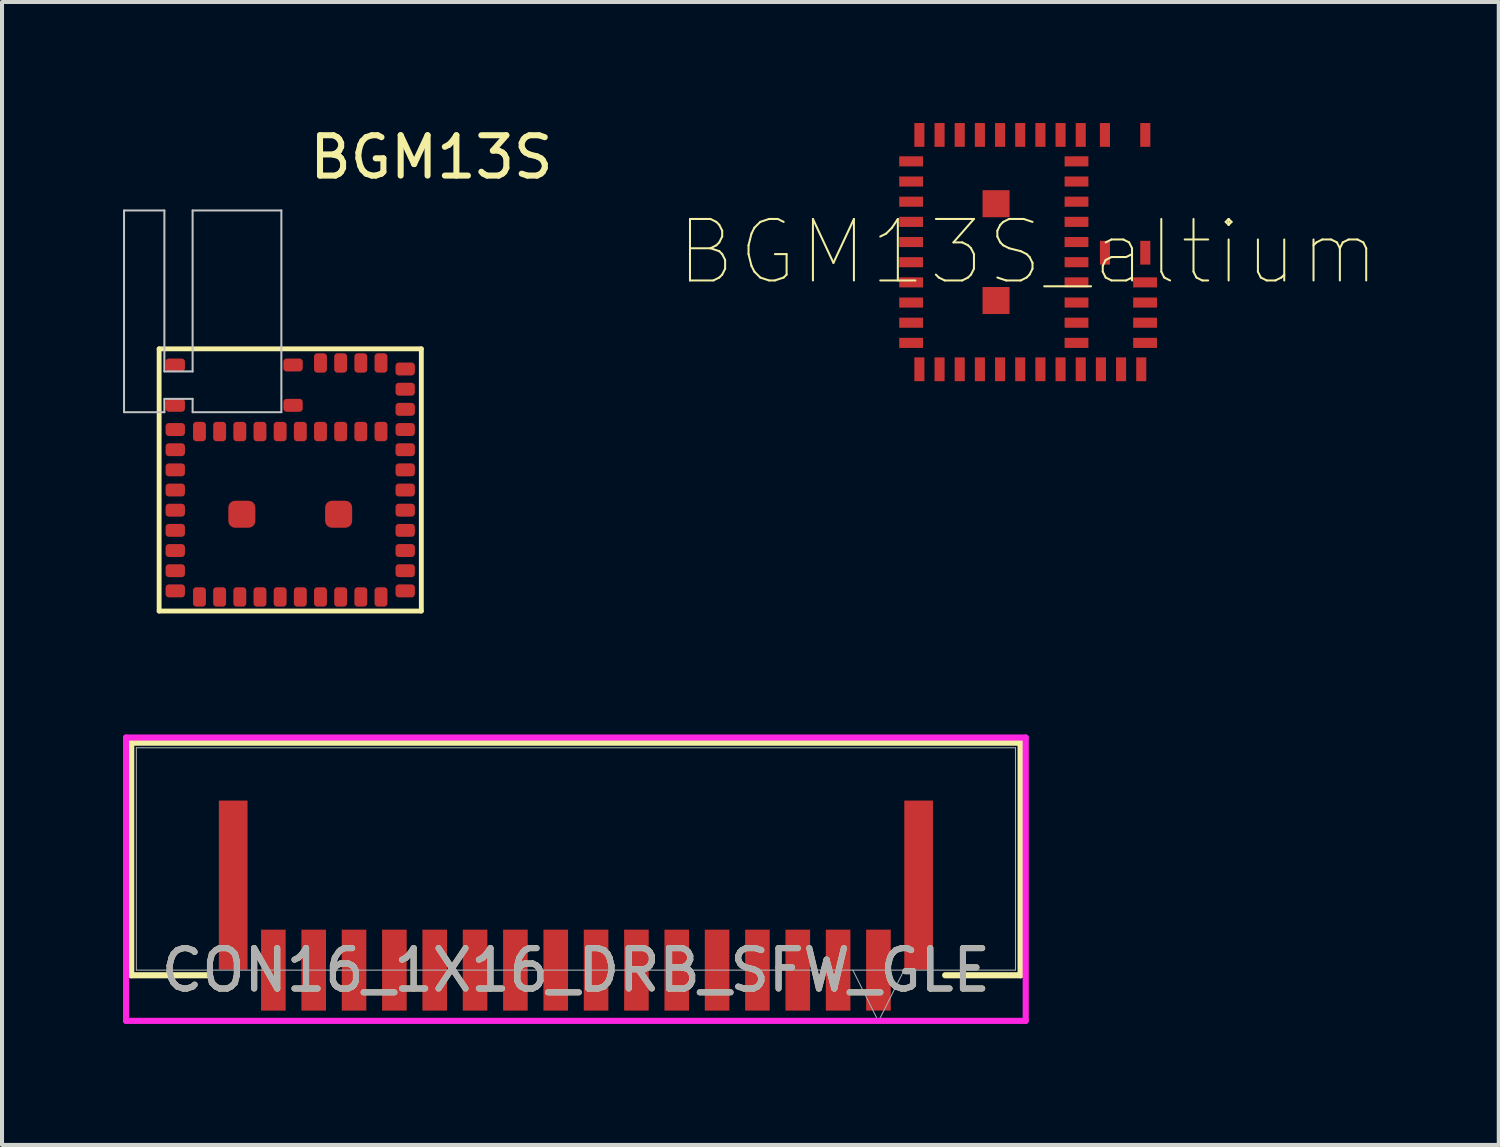
<source format=kicad_pcb>
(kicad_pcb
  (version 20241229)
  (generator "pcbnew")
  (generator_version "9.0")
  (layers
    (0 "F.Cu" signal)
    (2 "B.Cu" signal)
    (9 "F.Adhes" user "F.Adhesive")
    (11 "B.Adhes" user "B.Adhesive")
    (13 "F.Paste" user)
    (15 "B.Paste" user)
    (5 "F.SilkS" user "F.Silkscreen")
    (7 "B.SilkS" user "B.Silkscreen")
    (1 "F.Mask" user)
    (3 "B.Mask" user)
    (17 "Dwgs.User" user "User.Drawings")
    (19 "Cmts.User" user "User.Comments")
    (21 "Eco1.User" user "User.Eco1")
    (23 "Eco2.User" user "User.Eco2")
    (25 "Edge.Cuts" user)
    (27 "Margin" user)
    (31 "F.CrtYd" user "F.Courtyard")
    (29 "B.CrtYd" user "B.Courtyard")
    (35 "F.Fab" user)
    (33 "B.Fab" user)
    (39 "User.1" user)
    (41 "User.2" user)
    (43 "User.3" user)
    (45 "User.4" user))
  (footprint "CON16_1X16_DRB_SFW_GLE"
    (layer "F.Cu")
    (at 11.227 18.244)
    (property "Reference" "CON16_1X16_DRB_SFW_GLE" (at 0 2.756 0) (unlocked yes) (layer "F.SilkS") (effects (font (size 1 1) (thickness 0.15))))
    (attr smd)
    (fp_line (start -11.024 -2.883) (end -11.024 2.883) (stroke (width 0.152) (type solid)) (layer "F.SilkS"))
    (fp_line (start -11.024 2.883) (end -9.154 2.883) (stroke (width 0.152) (type solid)) (layer "F.SilkS"))
    (fp_line (start 9.154 2.883) (end 11.024 2.883) (stroke (width 0.152) (type solid)) (layer "F.SilkS"))
    (fp_line (start 11.024 -2.883) (end -11.024 -2.883) (stroke (width 0.152) (type solid)) (layer "F.SilkS"))
    (fp_line (start 11.024 2.883) (end 11.024 -2.883) (stroke (width 0.152) (type solid)) (layer "F.SilkS"))
    (fp_line (start -11.151 -3.01) (end -11.151 4.013) (stroke (width 0.152) (type solid)) (layer "F.CrtYd"))
    (fp_line (start -11.151 4.013) (end 11.151 4.013) (stroke (width 0.152) (type solid)) (layer "F.CrtYd"))
    (fp_line (start 11.151 -3.01) (end -11.151 -3.01) (stroke (width 0.152) (type solid)) (layer "F.CrtYd"))
    (fp_line (start 11.151 4.013) (end 11.151 -3.01) (stroke (width 0.152) (type solid)) (layer "F.CrtYd"))
    (fp_line (start -10.897 -2.756) (end -10.897 2.756) (stroke (width 0.025) (type solid)) (layer "F.Fab"))
    (fp_line (start -10.897 2.756) (end 10.897 2.756) (stroke (width 0.025) (type solid)) (layer "F.Fab"))
    (fp_line (start 6.865 2.756) (end 7.5 4.026) (stroke (width 0.025) (type solid)) (layer "F.Fab"))
    (fp_line (start 8.135 2.756) (end 7.5 4.026) (stroke (width 0.025) (type solid)) (layer "F.Fab"))
    (fp_line (start 10.897 -2.756) (end -10.897 -2.756) (stroke (width 0.025) (type solid)) (layer "F.Fab"))
    (fp_line (start 10.897 2.756) (end 10.897 -2.756) (stroke (width 0.025) (type solid)) (layer "F.Fab"))
    (fp_text user "${REFERENCE}" (at 0 2.756 0) (unlocked yes) (layer "F.Fab") (effects (font (size 1 1) (thickness 0.15))))
    (pad "1" smd rect (at 7.5 2.756) (size 0.61 2.007) (layers "F.Cu" "F.Mask" "F.Paste"))
    (pad "2" smd rect (at 6.5 2.756) (size 0.61 2.007) (layers "F.Cu" "F.Mask" "F.Paste"))
    (pad "3" smd rect (at 5.5 2.756) (size 0.61 2.007) (layers "F.Cu" "F.Mask" "F.Paste"))
    (pad "4" smd rect (at 4.5 2.756) (size 0.61 2.007) (layers "F.Cu" "F.Mask" "F.Paste"))
    (pad "5" smd rect (at 3.5 2.756) (size 0.61 2.007) (layers "F.Cu" "F.Mask" "F.Paste"))
    (pad "6" smd rect (at 2.5 2.756) (size 0.61 2.007) (layers "F.Cu" "F.Mask" "F.Paste"))
    (pad "7" smd rect (at 1.5 2.756) (size 0.61 2.007) (layers "F.Cu" "F.Mask" "F.Paste"))
    (pad "8" smd rect (at 0.5 2.756) (size 0.61 2.007) (layers "F.Cu" "F.Mask" "F.Paste"))
    (pad "9" smd rect (at -0.5 2.756) (size 0.61 2.007) (layers "F.Cu" "F.Mask" "F.Paste"))
    (pad "10" smd rect (at -1.5 2.756) (size 0.61 2.007) (layers "F.Cu" "F.Mask" "F.Paste"))
    (pad "11" smd rect (at -2.5 2.756) (size 0.61 2.007) (layers "F.Cu" "F.Mask" "F.Paste"))
    (pad "12" smd rect (at -3.5 2.756) (size 0.61 2.007) (layers "F.Cu" "F.Mask" "F.Paste"))
    (pad "13" smd rect (at -4.5 2.756) (size 0.61 2.007) (layers "F.Cu" "F.Mask" "F.Paste"))
    (pad "14" smd rect (at -5.5 2.756) (size 0.61 2.007) (layers "F.Cu" "F.Mask" "F.Paste"))
    (pad "15" smd rect (at -6.5 2.756) (size 0.61 2.007) (layers "F.Cu" "F.Mask" "F.Paste"))
    (pad "16" smd rect (at -7.5 2.756) (size 0.61 2.007) (layers "F.Cu" "F.Mask" "F.Paste"))
    (pad "17" smd rect (at -8.496 0.648) (size 0.711 4.191) (layers "F.Cu" "F.Mask" "F.Paste"))
    (pad "18" smd rect (at 8.496 0.648) (size 0.711 4.191) (layers "F.Cu" "F.Mask" "F.Paste")))
  (footprint "BGM13S_altium"
    (layer "F.Cu")
    (at 22.437 3.2)
    (property "Reference" "BGM13S_altium" (at 0 0 0) (layer "F.SilkS") (effects (font (size 1.524 1.524) (thickness 0.05))))
    (attr smd)
    (pad "1" smd rect (at 1.305 -2.905 270) (size 0.59 0.25) (layers "F.Cu" "F.Mask" "F.Paste"))
    (pad "2" smd rect (at 0.805 -2.905 270) (size 0.59 0.25) (layers "F.Cu" "F.Mask" "F.Paste"))
    (pad "3" smd rect (at 0.305 -2.905 270) (size 0.59 0.25) (layers "F.Cu" "F.Mask" "F.Paste"))
    (pad "4" smd rect (at -0.195 -2.905 270) (size 0.59 0.25) (layers "F.Cu" "F.Mask" "F.Paste"))
    (pad "5" smd rect (at -0.695 -2.905 270) (size 0.59 0.25) (layers "F.Cu" "F.Mask" "F.Paste"))
    (pad "6" smd rect (at -1.195 -2.905 270) (size 0.59 0.25) (layers "F.Cu" "F.Mask" "F.Paste"))
    (pad "7" smd rect (at -1.695 -2.905 270) (size 0.59 0.25) (layers "F.Cu" "F.Mask" "F.Paste"))
    (pad "8" smd rect (at -2.195 -2.905 270) (size 0.59 0.25) (layers "F.Cu" "F.Mask" "F.Paste"))
    (pad "9" smd rect (at -2.695 -2.905 270) (size 0.59 0.25) (layers "F.Cu" "F.Mask" "F.Paste"))
    (pad "10" smd rect (at -2.9 -2.25) (size 0.59 0.25) (layers "F.Cu" "F.Mask" "F.Paste"))
    (pad "11" smd rect (at -2.9 -1.75) (size 0.59 0.25) (layers "F.Cu" "F.Mask" "F.Paste"))
    (pad "12" smd rect (at -2.9 -1.25) (size 0.59 0.25) (layers "F.Cu" "F.Mask" "F.Paste"))
    (pad "13" smd rect (at -2.9 -0.75) (size 0.59 0.25) (layers "F.Cu" "F.Mask" "F.Paste"))
    (pad "14" smd rect (at -2.9 -0.25) (size 0.59 0.25) (layers "F.Cu" "F.Mask" "F.Paste"))
    (pad "15" smd rect (at -2.9 0.25) (size 0.59 0.25) (layers "F.Cu" "F.Mask" "F.Paste"))
    (pad "16" smd rect (at -2.9 0.75) (size 0.59 0.25) (layers "F.Cu" "F.Mask" "F.Paste"))
    (pad "17" smd rect (at -2.9 1.25) (size 0.59 0.25) (layers "F.Cu" "F.Mask" "F.Paste"))
    (pad "18" smd rect (at -2.9 1.75) (size 0.59 0.25) (layers "F.Cu" "F.Mask" "F.Paste"))
    (pad "19" smd rect (at -2.9 2.25) (size 0.59 0.25) (layers "F.Cu" "F.Mask" "F.Paste"))
    (pad "20" smd rect (at -2.695 2.905 270) (size 0.59 0.25) (layers "F.Cu" "F.Mask" "F.Paste"))
    (pad "21" smd rect (at -2.195 2.905 270) (size 0.59 0.25) (layers "F.Cu" "F.Mask" "F.Paste"))
    (pad "22" smd rect (at -1.695 2.905 270) (size 0.59 0.25) (layers "F.Cu" "F.Mask" "F.Paste"))
    (pad "23" smd rect (at -1.195 2.905 270) (size 0.59 0.25) (layers "F.Cu" "F.Mask" "F.Paste"))
    (pad "24" smd rect (at -0.695 2.905 270) (size 0.59 0.25) (layers "F.Cu" "F.Mask" "F.Paste"))
    (pad "25" smd rect (at -0.195 2.905 270) (size 0.59 0.25) (layers "F.Cu" "F.Mask" "F.Paste"))
    (pad "26" smd rect (at 0.305 2.905 270) (size 0.59 0.25) (layers "F.Cu" "F.Mask" "F.Paste"))
    (pad "27" smd rect (at 0.805 2.905 270) (size 0.59 0.25) (layers "F.Cu" "F.Mask" "F.Paste"))
    (pad "28" smd rect (at 1.305 2.905 270) (size 0.59 0.25) (layers "F.Cu" "F.Mask" "F.Paste"))
    (pad "29" smd rect (at 1.805 2.905 270) (size 0.59 0.25) (layers "F.Cu" "F.Mask" "F.Paste"))
    (pad "30" smd rect (at 2.305 2.905 270) (size 0.59 0.25) (layers "F.Cu" "F.Mask" "F.Paste"))
    (pad "31" smd rect (at 2.805 2.905 270) (size 0.59 0.25) (layers "F.Cu" "F.Mask" "F.Paste"))
    (pad "32" smd rect (at 2.9 2.25) (size 0.59 0.25) (layers "F.Cu" "F.Mask" "F.Paste"))
    (pad "33" smd rect (at 2.9 1.75) (size 0.59 0.25) (layers "F.Cu" "F.Mask" "F.Paste"))
    (pad "34" smd rect (at 2.9 1.25) (size 0.59 0.25) (layers "F.Cu" "F.Mask" "F.Paste"))
    (pad "35" smd rect (at 2.9 0.75) (size 0.59 0.25) (layers "F.Cu" "F.Mask" "F.Paste"))
    (pad "36" smd rect (at 1.2 2.25) (size 0.59 0.25) (layers "F.Cu" "F.Mask" "F.Paste"))
    (pad "37" smd rect (at 1.2 1.75) (size 0.59 0.25) (layers "F.Cu" "F.Mask" "F.Paste"))
    (pad "38" smd rect (at 1.2 1.25) (size 0.59 0.25) (layers "F.Cu" "F.Mask" "F.Paste"))
    (pad "39" smd rect (at 1.2 0.75) (size 0.59 0.25) (layers "F.Cu" "F.Mask" "F.Paste"))
    (pad "40" smd rect (at 1.2 0.25) (size 0.59 0.25) (layers "F.Cu" "F.Mask" "F.Paste"))
    (pad "41" smd rect (at 1.2 -0.25) (size 0.59 0.25) (layers "F.Cu" "F.Mask" "F.Paste"))
    (pad "42" smd rect (at 1.2 -0.75) (size 0.59 0.25) (layers "F.Cu" "F.Mask" "F.Paste"))
    (pad "43" smd rect (at 1.2 -1.25) (size 0.59 0.25) (layers "F.Cu" "F.Mask" "F.Paste"))
    (pad "44" smd rect (at 1.2 -1.75) (size 0.59 0.25) (layers "F.Cu" "F.Mask" "F.Paste"))
    (pad "45" smd rect (at 1.2 -2.25) (size 0.59 0.25) (layers "F.Cu" "F.Mask" "F.Paste"))
    (pad "46" smd rect (at 2.905 0.015 270) (size 0.59 0.25) (layers "F.Cu" "F.Mask" "F.Paste"))
    (pad "47" smd rect (at 2.905 -2.905 270) (size 0.59 0.25) (layers "F.Cu" "F.Mask" "F.Paste"))
    (pad "48" smd rect (at 1.905 0.015 270) (size 0.59 0.25) (layers "F.Cu" "F.Mask" "F.Paste"))
    (pad "49" smd rect (at 1.905 -2.905 270) (size 0.59 0.25) (layers "F.Cu" "F.Mask" "F.Paste"))
    (pad "50" smd rect (at -0.795 -1.2 270) (size 0.67 0.67) (layers "F.Cu" "F.Mask" "F.Paste"))
    (pad "51" smd rect (at -0.795 1.2 270) (size 0.67 0.67) (layers "F.Cu" "F.Mask" "F.Paste")))
  (footprint "BGM13S"
    (layer "F.Cu")
    (at 4.145 8.848)
    (property "Reference" "BGM13S" (at 3.5 -8 0) (layer "F.SilkS") (effects (font (size 1 1) (thickness 0.15))))
    (attr through_hole)
    (fp_line (start -3.25 -3.25) (end 3.25 -3.25) (stroke (width 0.12) (type solid)) (layer "F.SilkS"))
    (fp_line (start -3.25 3.25) (end -3.25 -3.25) (stroke (width 0.12) (type solid)) (layer "F.SilkS"))
    (fp_line (start -3.25 3.25) (end 3.25 3.25) (stroke (width 0.12) (type solid)) (layer "F.SilkS"))
    (fp_line (start 3.25 3.25) (end 3.25 -3.25) (stroke (width 0.12) (type solid)) (layer "F.SilkS"))
    (fp_line (start -4.12 -6.68) (end -3.12 -6.68) (stroke (width 0.05) (type solid)) (layer "Dwgs.User"))
    (fp_line (start -4.12 -1.68) (end -4.12 -6.68) (stroke (width 0.05) (type solid)) (layer "Dwgs.User"))
    (fp_line (start -3.12 -6.68) (end -3.12 -2.69) (stroke (width 0.05) (type solid)) (layer "Dwgs.User"))
    (fp_line (start -3.12 -2.69) (end -2.42 -2.69) (stroke (width 0.05) (type solid)) (layer "Dwgs.User"))
    (fp_line (start -3.12 -1.68) (end -4.12 -1.68) (stroke (width 0.05) (type solid)) (layer "Dwgs.User"))
    (fp_line (start -3.12 -1.68) (end -3.12 -2) (stroke (width 0.05) (type solid)) (layer "Dwgs.User"))
    (fp_line (start -2.42 -6.68) (end -0.22 -6.68) (stroke (width 0.05) (type solid)) (layer "Dwgs.User"))
    (fp_line (start -2.42 -2.69) (end -2.42 -6.68) (stroke (width 0.05) (type solid)) (layer "Dwgs.User"))
    (fp_line (start -2.42 -2.01) (end -3.12 -2.01) (stroke (width 0.05) (type solid)) (layer "Dwgs.User"))
    (fp_line (start -2.42 -1.68) (end -2.42 -2.01) (stroke (width 0.05) (type solid)) (layer "Dwgs.User"))
    (fp_line (start -0.22 -6.68) (end -0.22 -1.68) (stroke (width 0.05) (type solid)) (layer "Dwgs.User"))
    (fp_line (start -0.22 -1.68) (end -2.42 -1.68) (stroke (width 0.05) (type solid)) (layer "Dwgs.User"))
    (pad "1" smd roundrect (at -2.85 -1.25) (size 0.48 0.32) (layers "F.Cu" "F.Mask" "F.Paste") (roundrect_rratio 0.25))
    (pad "2" smd roundrect (at -2.85 -0.75) (size 0.48 0.32) (layers "F.Cu" "F.Mask" "F.Paste") (roundrect_rratio 0.25))
    (pad "3" smd roundrect (at -2.85 -0.25) (size 0.48 0.32) (layers "F.Cu" "F.Mask" "F.Paste") (roundrect_rratio 0.25))
    (pad "4" smd roundrect (at -2.85 0.25) (size 0.48 0.32) (layers "F.Cu" "F.Mask" "F.Paste") (roundrect_rratio 0.25))
    (pad "5" smd roundrect (at -2.85 0.75) (size 0.48 0.32) (layers "F.Cu" "F.Mask" "F.Paste") (roundrect_rratio 0.25))
    (pad "6" smd roundrect (at -2.85 1.25) (size 0.48 0.32) (layers "F.Cu" "F.Mask" "F.Paste") (roundrect_rratio 0.25))
    (pad "7" smd roundrect (at -2.85 1.75) (size 0.48 0.32) (layers "F.Cu" "F.Mask" "F.Paste") (roundrect_rratio 0.25))
    (pad "8" smd roundrect (at -2.85 2.25) (size 0.48 0.32) (layers "F.Cu" "F.Mask" "F.Paste") (roundrect_rratio 0.25))
    (pad "9" smd roundrect (at -2.85 2.75) (size 0.48 0.32) (layers "F.Cu" "F.Mask" "F.Paste") (roundrect_rratio 0.25))
    (pad "10" smd roundrect (at -2.25 2.9) (size 0.32 0.48) (layers "F.Cu" "F.Mask" "F.Paste") (roundrect_rratio 0.25))
    (pad "11" smd roundrect (at -1.75 2.9) (size 0.32 0.48) (layers "F.Cu" "F.Mask" "F.Paste") (roundrect_rratio 0.25))
    (pad "12" smd roundrect (at -1.25 2.9) (size 0.32 0.48) (layers "F.Cu" "F.Mask" "F.Paste") (roundrect_rratio 0.25))
    (pad "13" smd roundrect (at -0.75 2.9) (size 0.32 0.48) (layers "F.Cu" "F.Mask" "F.Paste") (roundrect_rratio 0.25))
    (pad "14" smd roundrect (at -0.25 2.9) (size 0.32 0.48) (layers "F.Cu" "F.Mask" "F.Paste") (roundrect_rratio 0.25))
    (pad "15" smd roundrect (at 0.25 2.9) (size 0.32 0.48) (layers "F.Cu" "F.Mask" "F.Paste") (roundrect_rratio 0.25))
    (pad "16" smd roundrect (at 0.75 2.9) (size 0.32 0.48) (layers "F.Cu" "F.Mask" "F.Paste") (roundrect_rratio 0.25))
    (pad "17" smd roundrect (at 1.25 2.9) (size 0.32 0.48) (layers "F.Cu" "F.Mask" "F.Paste") (roundrect_rratio 0.25))
    (pad "18" smd roundrect (at 1.75 2.9) (size 0.32 0.48) (layers "F.Cu" "F.Mask" "F.Paste") (roundrect_rratio 0.25))
    (pad "19" smd roundrect (at 2.25 2.9) (size 0.32 0.48) (layers "F.Cu" "F.Mask" "F.Paste") (roundrect_rratio 0.25))
    (pad "20" smd roundrect (at 2.85 2.75) (size 0.48 0.32) (layers "F.Cu" "F.Mask" "F.Paste") (roundrect_rratio 0.25))
    (pad "21" smd roundrect (at 2.85 2.25) (size 0.48 0.32) (layers "F.Cu" "F.Mask" "F.Paste") (roundrect_rratio 0.25))
    (pad "22" smd roundrect (at 2.85 1.75) (size 0.48 0.32) (layers "F.Cu" "F.Mask" "F.Paste") (roundrect_rratio 0.25))
    (pad "23" smd roundrect (at 2.85 1.25) (size 0.48 0.32) (layers "F.Cu" "F.Mask" "F.Paste") (roundrect_rratio 0.25))
    (pad "24" smd roundrect (at 2.85 0.75) (size 0.48 0.32) (layers "F.Cu" "F.Mask" "F.Paste") (roundrect_rratio 0.25))
    (pad "25" smd roundrect (at 2.85 0.25) (size 0.48 0.32) (layers "F.Cu" "F.Mask" "F.Paste") (roundrect_rratio 0.25))
    (pad "26" smd roundrect (at 2.85 -0.25) (size 0.48 0.32) (layers "F.Cu" "F.Mask" "F.Paste") (roundrect_rratio 0.25))
    (pad "27" smd roundrect (at 2.85 -0.75) (size 0.48 0.32) (layers "F.Cu" "F.Mask" "F.Paste") (roundrect_rratio 0.25))
    (pad "28" smd roundrect (at 2.85 -1.25) (size 0.48 0.32) (layers "F.Cu" "F.Mask" "F.Paste") (roundrect_rratio 0.25))
    (pad "29" smd roundrect (at 2.85 -1.75) (size 0.48 0.32) (layers "F.Cu" "F.Mask" "F.Paste") (roundrect_rratio 0.25))
    (pad "30" smd roundrect (at 2.85 -2.25) (size 0.48 0.32) (layers "F.Cu" "F.Mask" "F.Paste") (roundrect_rratio 0.25))
    (pad "31" smd roundrect (at 2.85 -2.75) (size 0.48 0.32) (layers "F.Cu" "F.Mask" "F.Paste") (roundrect_rratio 0.25))
    (pad "32" smd roundrect (at 2.25 -2.9) (size 0.32 0.48) (layers "F.Cu" "F.Mask" "F.Paste") (roundrect_rratio 0.25))
    (pad "33" smd roundrect (at 1.75 -2.9) (size 0.32 0.48) (layers "F.Cu" "F.Mask" "F.Paste") (roundrect_rratio 0.25))
    (pad "34" smd roundrect (at 1.25 -2.9) (size 0.32 0.48) (layers "F.Cu" "F.Mask" "F.Paste") (roundrect_rratio 0.25))
    (pad "35" smd roundrect (at 0.75 -2.9) (size 0.32 0.48) (layers "F.Cu" "F.Mask" "F.Paste") (roundrect_rratio 0.25))
    (pad "36" smd roundrect (at 2.25 -1.2) (size 0.32 0.48) (layers "F.Cu" "F.Mask" "F.Paste") (roundrect_rratio 0.25))
    (pad "37" smd roundrect (at 1.75 -1.2) (size 0.32 0.48) (layers "F.Cu" "F.Mask" "F.Paste") (roundrect_rratio 0.25))
    (pad "38" smd roundrect (at 1.25 -1.2) (size 0.32 0.48) (layers "F.Cu" "F.Mask" "F.Paste") (roundrect_rratio 0.25))
    (pad "39" smd roundrect (at 0.75 -1.2) (size 0.32 0.48) (layers "F.Cu" "F.Mask" "F.Paste") (roundrect_rratio 0.25))
    (pad "40" smd roundrect (at 0.25 -1.2) (size 0.32 0.48) (layers "F.Cu" "F.Mask" "F.Paste") (roundrect_rratio 0.25))
    (pad "41" smd roundrect (at -0.25 -1.2) (size 0.32 0.48) (layers "F.Cu" "F.Mask" "F.Paste") (roundrect_rratio 0.25))
    (pad "42" smd roundrect (at -0.75 -1.2) (size 0.32 0.48) (layers "F.Cu" "F.Mask" "F.Paste") (roundrect_rratio 0.25))
    (pad "43" smd roundrect (at -1.25 -1.2) (size 0.32 0.48) (layers "F.Cu" "F.Mask" "F.Paste") (roundrect_rratio 0.25))
    (pad "44" smd roundrect (at -1.75 -1.2) (size 0.32 0.48) (layers "F.Cu" "F.Mask" "F.Paste") (roundrect_rratio 0.25))
    (pad "45" smd roundrect (at -2.25 -1.2) (size 0.32 0.48) (layers "F.Cu" "F.Mask" "F.Paste") (roundrect_rratio 0.25))
    (pad "46" smd roundrect (at 0.07 -2.85) (size 0.48 0.32) (layers "F.Cu" "F.Mask" "F.Paste") (roundrect_rratio 0.25))
    (pad "47" smd roundrect (at -2.85 -2.85) (size 0.48 0.32) (layers "F.Cu" "F.Mask" "F.Paste") (roundrect_rratio 0.25))
    (pad "48" smd roundrect (at 0.07 -1.85) (size 0.48 0.32) (layers "F.Cu" "F.Mask" "F.Paste") (roundrect_rratio 0.25))
    (pad "49" smd roundrect (at -2.85 -1.85) (size 0.48 0.32) (layers "F.Cu" "F.Mask" "F.Paste") (roundrect_rratio 0.25))
    (pad "50" smd roundrect (at 1.2 0.85) (size 0.67 0.67) (layers "F.Cu" "F.Mask" "F.Paste") (roundrect_rratio 0.25))
    (pad "51" smd roundrect (at -1.2 0.85) (size 0.67 0.67) (layers "F.Cu" "F.Mask" "F.Paste") (roundrect_rratio 0.25)))
  (gr_rect
    (start -3 -3)
    (end 34.105 25.334)
    (stroke (width 0.1) (type default))
    (fill no)
    (layer "Edge.Cuts")))
</source>
